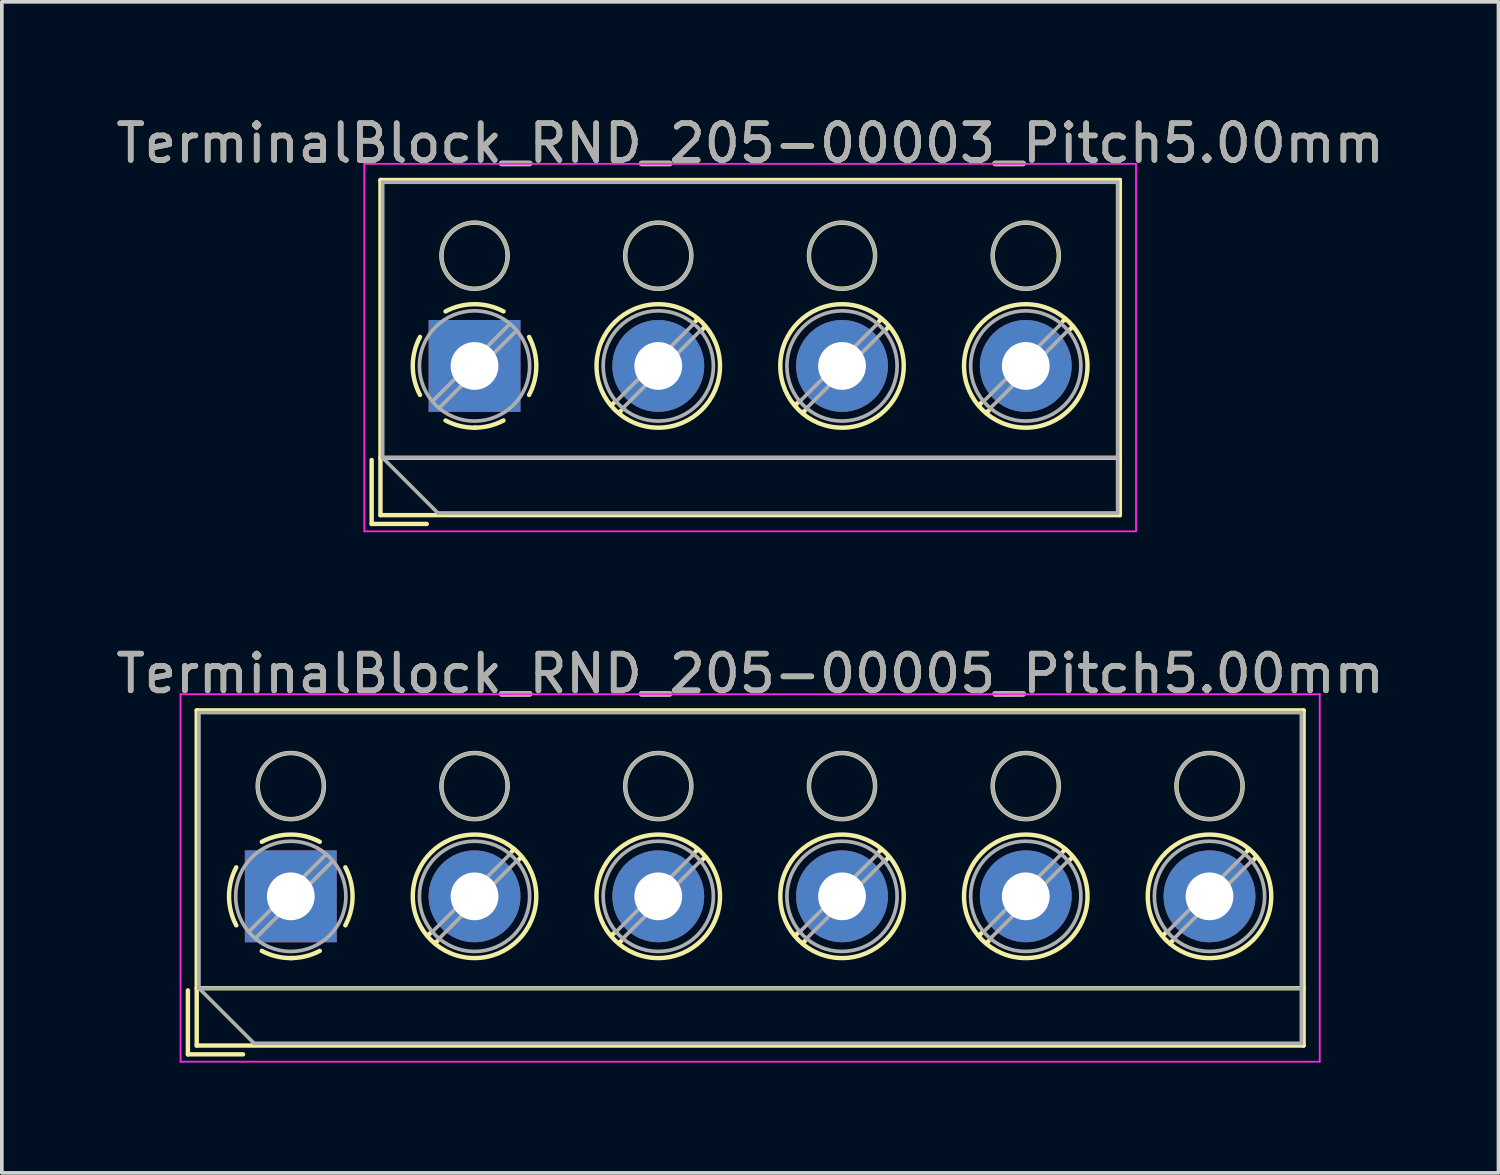
<source format=kicad_pcb>
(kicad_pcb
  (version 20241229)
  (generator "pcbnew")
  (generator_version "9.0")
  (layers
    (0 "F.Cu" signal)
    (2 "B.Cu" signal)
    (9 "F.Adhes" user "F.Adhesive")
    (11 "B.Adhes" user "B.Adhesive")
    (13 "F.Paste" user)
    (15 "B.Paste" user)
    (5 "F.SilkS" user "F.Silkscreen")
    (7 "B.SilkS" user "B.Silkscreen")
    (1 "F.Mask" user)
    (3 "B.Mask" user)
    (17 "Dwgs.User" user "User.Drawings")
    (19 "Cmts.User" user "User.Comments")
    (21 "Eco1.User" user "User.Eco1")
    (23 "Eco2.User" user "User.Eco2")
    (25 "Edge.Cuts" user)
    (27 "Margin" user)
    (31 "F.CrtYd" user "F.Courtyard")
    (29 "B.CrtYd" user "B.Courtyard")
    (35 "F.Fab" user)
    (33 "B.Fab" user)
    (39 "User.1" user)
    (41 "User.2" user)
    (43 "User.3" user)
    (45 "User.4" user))
  (footprint "TerminalBlock_RND_205-00003_Pitch5.00mm"
    (layer "F.Cu")
    (at 9.863 6.908)
    (property "Reference" "TerminalBlock_RND_205-00003_Pitch5.00mm" (at 7.5 -6.06 0) (layer "F.SilkS") (effects (font (size 1 1) (thickness 0.15))))
    (attr through_hole)
    (fp_line (start -2.8 2.56) (end -2.8 4.3) (stroke (width 0.12) (type solid)) (layer "F.SilkS"))
    (fp_line (start -2.8 4.3) (end -1.3 4.3) (stroke (width 0.12) (type solid)) (layer "F.SilkS"))
    (fp_line (start -2.56 -5.06) (end -2.56 4.06) (stroke (width 0.12) (type solid)) (layer "F.SilkS"))
    (fp_line (start -2.56 2.5) (end 17.56 2.5) (stroke (width 0.12) (type solid)) (layer "F.SilkS"))
    (fp_line (start -2.56 4.06) (end 17.56 4.06) (stroke (width 0.12) (type solid)) (layer "F.SilkS"))
    (fp_line (start 3.82 0.976) (end 3.726 1.069) (stroke (width 0.12) (type solid)) (layer "F.SilkS"))
    (fp_line (start 3.99 1.216) (end 3.931 1.274) (stroke (width 0.12) (type solid)) (layer "F.SilkS"))
    (fp_line (start 6.07 -1.275) (end 6.011 -1.216) (stroke (width 0.12) (type solid)) (layer "F.SilkS"))
    (fp_line (start 6.275 -1.069) (end 6.181 -0.976) (stroke (width 0.12) (type solid)) (layer "F.SilkS"))
    (fp_line (start 8.82 0.976) (end 8.726 1.069) (stroke (width 0.12) (type solid)) (layer "F.SilkS"))
    (fp_line (start 8.99 1.216) (end 8.931 1.274) (stroke (width 0.12) (type solid)) (layer "F.SilkS"))
    (fp_line (start 11.07 -1.275) (end 11.011 -1.216) (stroke (width 0.12) (type solid)) (layer "F.SilkS"))
    (fp_line (start 11.275 -1.069) (end 11.181 -0.976) (stroke (width 0.12) (type solid)) (layer "F.SilkS"))
    (fp_line (start 13.82 0.976) (end 13.726 1.069) (stroke (width 0.12) (type solid)) (layer "F.SilkS"))
    (fp_line (start 13.99 1.216) (end 13.931 1.274) (stroke (width 0.12) (type solid)) (layer "F.SilkS"))
    (fp_line (start 16.07 -1.275) (end 16.011 -1.216) (stroke (width 0.12) (type solid)) (layer "F.SilkS"))
    (fp_line (start 16.275 -1.069) (end 16.181 -0.976) (stroke (width 0.12) (type solid)) (layer "F.SilkS"))
    (fp_line (start 17.56 -5.06) (end -2.56 -5.06) (stroke (width 0.12) (type solid)) (layer "F.SilkS"))
    (fp_line (start 17.56 4.06) (end 17.56 -5.06) (stroke (width 0.12) (type solid)) (layer "F.SilkS"))
    (fp_arc (start -1.483953 0.789089) (mid -1.680708 0.00005) (end -1.484 -0.789) (stroke (width 0.12) (type solid)) (layer "F.SilkS"))
    (fp_arc (start -0.789089 -1.483953) (mid -0.00005 -1.680708) (end 0.789 -1.484) (stroke (width 0.12) (type solid)) (layer "F.SilkS"))
    (fp_arc (start 0.029383 1.68045) (mid -0.392304 1.634281) (end -0.789 1.484) (stroke (width 0.12) (type solid)) (layer "F.SilkS"))
    (fp_arc (start 0.788712 1.483352) (mid 0.406429 1.630097) (end 0 1.68) (stroke (width 0.12) (type solid)) (layer "F.SilkS"))
    (fp_arc (start 1.483953 -0.789089) (mid 1.680708 -0.00005) (end 1.484 0.789) (stroke (width 0.12) (type solid)) (layer "F.SilkS"))
    (fp_circle (center 0 -3) (end 0.9 -3) (stroke (width 0.12) (type solid)) (fill no) (layer "F.SilkS"))
    (fp_circle (center 5 -3) (end 5.9 -3) (stroke (width 0.12) (type solid)) (fill no) (layer "F.SilkS"))
    (fp_circle (center 5 0) (end 6.68 0) (stroke (width 0.12) (type solid)) (fill no) (layer "F.SilkS"))
    (fp_circle (center 10 -3) (end 10.9 -3) (stroke (width 0.12) (type solid)) (fill no) (layer "F.SilkS"))
    (fp_circle (center 10 0) (end 11.68 0) (stroke (width 0.12) (type solid)) (fill no) (layer "F.SilkS"))
    (fp_circle (center 15 -3) (end 15.9 -3) (stroke (width 0.12) (type solid)) (fill no) (layer "F.SilkS"))
    (fp_circle (center 15 0) (end 16.68 0) (stroke (width 0.12) (type solid)) (fill no) (layer "F.SilkS"))
    (fp_line (start -3 -5.5) (end -3 4.5) (stroke (width 0.05) (type solid)) (layer "F.CrtYd"))
    (fp_line (start -3 4.5) (end 18 4.5) (stroke (width 0.05) (type solid)) (layer "F.CrtYd"))
    (fp_line (start 18 -5.5) (end -3 -5.5) (stroke (width 0.05) (type solid)) (layer "F.CrtYd"))
    (fp_line (start 18 4.5) (end 18 -5.5) (stroke (width 0.05) (type solid)) (layer "F.CrtYd"))
    (fp_line (start -2.5 -5) (end 17.5 -5) (stroke (width 0.1) (type solid)) (layer "F.Fab"))
    (fp_line (start -2.5 2.5) (end -2.5 -5) (stroke (width 0.1) (type solid)) (layer "F.Fab"))
    (fp_line (start -2.5 2.5) (end 17.5 2.5) (stroke (width 0.1) (type solid)) (layer "F.Fab"))
    (fp_line (start -1 4) (end -2.5 2.5) (stroke (width 0.1) (type solid)) (layer "F.Fab"))
    (fp_line (start 0.955 -1.138) (end -1.138 0.955) (stroke (width 0.1) (type solid)) (layer "F.Fab"))
    (fp_line (start 1.138 -0.955) (end -0.955 1.138) (stroke (width 0.1) (type solid)) (layer "F.Fab"))
    (fp_line (start 5.955 -1.138) (end 3.863 0.955) (stroke (width 0.1) (type solid)) (layer "F.Fab"))
    (fp_line (start 6.138 -0.955) (end 4.046 1.138) (stroke (width 0.1) (type solid)) (layer "F.Fab"))
    (fp_line (start 10.955 -1.138) (end 8.863 0.955) (stroke (width 0.1) (type solid)) (layer "F.Fab"))
    (fp_line (start 11.138 -0.955) (end 9.046 1.138) (stroke (width 0.1) (type solid)) (layer "F.Fab"))
    (fp_line (start 15.955 -1.138) (end 13.863 0.955) (stroke (width 0.1) (type solid)) (layer "F.Fab"))
    (fp_line (start 16.138 -0.955) (end 14.046 1.138) (stroke (width 0.1) (type solid)) (layer "F.Fab"))
    (fp_line (start 17.5 -5) (end 17.5 4) (stroke (width 0.1) (type solid)) (layer "F.Fab"))
    (fp_line (start 17.5 4) (end -1 4) (stroke (width 0.1) (type solid)) (layer "F.Fab"))
    (fp_circle (center 0 -3) (end 0.9 -3) (stroke (width 0.1) (type solid)) (fill no) (layer "F.Fab"))
    (fp_circle (center 0 0) (end 1.5 0) (stroke (width 0.1) (type solid)) (fill no) (layer "F.Fab"))
    (fp_circle (center 5 -3) (end 5.9 -3) (stroke (width 0.1) (type solid)) (fill no) (layer "F.Fab"))
    (fp_circle (center 5 0) (end 6.5 0) (stroke (width 0.1) (type solid)) (fill no) (layer "F.Fab"))
    (fp_circle (center 10 -3) (end 10.9 -3) (stroke (width 0.1) (type solid)) (fill no) (layer "F.Fab"))
    (fp_circle (center 10 0) (end 11.5 0) (stroke (width 0.1) (type solid)) (fill no) (layer "F.Fab"))
    (fp_circle (center 15 -3) (end 15.9 -3) (stroke (width 0.1) (type solid)) (fill no) (layer "F.Fab"))
    (fp_circle (center 15 0) (end 16.5 0) (stroke (width 0.1) (type solid)) (fill no) (layer "F.Fab"))
    (fp_text user "${REFERENCE}" (at 7.5 -6.06 0) (layer "F.Fab") (effects (font (size 1 1) (thickness 0.15))))
    (pad "1" thru_hole rect (at 0 0) (size 2.5 2.5) (drill 1.3) (layers "*.Cu" "*.Mask"))
    (pad "2" thru_hole circle (at 5 0) (size 2.5 2.5) (drill 1.3) (layers "*.Cu" "*.Mask"))
    (pad "3" thru_hole circle (at 10 0) (size 2.5 2.5) (drill 1.3) (layers "*.Cu" "*.Mask"))
    (pad "4" thru_hole circle (at 15 0) (size 2.5 2.5) (drill 1.3) (layers "*.Cu" "*.Mask")))
  (footprint "TerminalBlock_RND_205-00005_Pitch5.00mm"
    (layer "F.Cu")
    (at 4.863 21.341)
    (property "Reference" "TerminalBlock_RND_205-00005_Pitch5.00mm" (at 12.5 -6.06 0) (layer "F.SilkS") (effects (font (size 1 1) (thickness 0.15))))
    (attr through_hole)
    (fp_line (start -2.8 2.56) (end -2.8 4.3) (stroke (width 0.12) (type solid)) (layer "F.SilkS"))
    (fp_line (start -2.8 4.3) (end -1.3 4.3) (stroke (width 0.12) (type solid)) (layer "F.SilkS"))
    (fp_line (start -2.56 -5.06) (end -2.56 4.06) (stroke (width 0.12) (type solid)) (layer "F.SilkS"))
    (fp_line (start -2.56 2.5) (end 27.56 2.5) (stroke (width 0.12) (type solid)) (layer "F.SilkS"))
    (fp_line (start -2.56 4.06) (end 27.56 4.06) (stroke (width 0.12) (type solid)) (layer "F.SilkS"))
    (fp_line (start 3.82 0.976) (end 3.726 1.069) (stroke (width 0.12) (type solid)) (layer "F.SilkS"))
    (fp_line (start 3.99 1.216) (end 3.931 1.274) (stroke (width 0.12) (type solid)) (layer "F.SilkS"))
    (fp_line (start 6.07 -1.275) (end 6.011 -1.216) (stroke (width 0.12) (type solid)) (layer "F.SilkS"))
    (fp_line (start 6.275 -1.069) (end 6.181 -0.976) (stroke (width 0.12) (type solid)) (layer "F.SilkS"))
    (fp_line (start 8.82 0.976) (end 8.726 1.069) (stroke (width 0.12) (type solid)) (layer "F.SilkS"))
    (fp_line (start 8.99 1.216) (end 8.931 1.274) (stroke (width 0.12) (type solid)) (layer "F.SilkS"))
    (fp_line (start 11.07 -1.275) (end 11.011 -1.216) (stroke (width 0.12) (type solid)) (layer "F.SilkS"))
    (fp_line (start 11.275 -1.069) (end 11.181 -0.976) (stroke (width 0.12) (type solid)) (layer "F.SilkS"))
    (fp_line (start 13.82 0.976) (end 13.726 1.069) (stroke (width 0.12) (type solid)) (layer "F.SilkS"))
    (fp_line (start 13.99 1.216) (end 13.931 1.274) (stroke (width 0.12) (type solid)) (layer "F.SilkS"))
    (fp_line (start 16.07 -1.275) (end 16.011 -1.216) (stroke (width 0.12) (type solid)) (layer "F.SilkS"))
    (fp_line (start 16.275 -1.069) (end 16.181 -0.976) (stroke (width 0.12) (type solid)) (layer "F.SilkS"))
    (fp_line (start 18.82 0.976) (end 18.726 1.069) (stroke (width 0.12) (type solid)) (layer "F.SilkS"))
    (fp_line (start 18.99 1.216) (end 18.931 1.274) (stroke (width 0.12) (type solid)) (layer "F.SilkS"))
    (fp_line (start 21.07 -1.275) (end 21.011 -1.216) (stroke (width 0.12) (type solid)) (layer "F.SilkS"))
    (fp_line (start 21.275 -1.069) (end 21.181 -0.976) (stroke (width 0.12) (type solid)) (layer "F.SilkS"))
    (fp_line (start 23.82 0.976) (end 23.726 1.069) (stroke (width 0.12) (type solid)) (layer "F.SilkS"))
    (fp_line (start 23.99 1.216) (end 23.931 1.274) (stroke (width 0.12) (type solid)) (layer "F.SilkS"))
    (fp_line (start 26.07 -1.275) (end 26.011 -1.216) (stroke (width 0.12) (type solid)) (layer "F.SilkS"))
    (fp_line (start 26.275 -1.069) (end 26.181 -0.976) (stroke (width 0.12) (type solid)) (layer "F.SilkS"))
    (fp_line (start 27.56 -5.06) (end -2.56 -5.06) (stroke (width 0.12) (type solid)) (layer "F.SilkS"))
    (fp_line (start 27.56 4.06) (end 27.56 -5.06) (stroke (width 0.12) (type solid)) (layer "F.SilkS"))
    (fp_arc (start -1.483953 0.789089) (mid -1.680708 0.00005) (end -1.484 -0.789) (stroke (width 0.12) (type solid)) (layer "F.SilkS"))
    (fp_arc (start -0.789089 -1.483953) (mid -0.00005 -1.680708) (end 0.789 -1.484) (stroke (width 0.12) (type solid)) (layer "F.SilkS"))
    (fp_arc (start 0.029383 1.68045) (mid -0.392304 1.634281) (end -0.789 1.484) (stroke (width 0.12) (type solid)) (layer "F.SilkS"))
    (fp_arc (start 0.788712 1.483352) (mid 0.406429 1.630097) (end 0 1.68) (stroke (width 0.12) (type solid)) (layer "F.SilkS"))
    (fp_arc (start 1.483953 -0.789089) (mid 1.680708 -0.00005) (end 1.484 0.789) (stroke (width 0.12) (type solid)) (layer "F.SilkS"))
    (fp_circle (center 0 -3) (end 0.9 -3) (stroke (width 0.12) (type solid)) (fill no) (layer "F.SilkS"))
    (fp_circle (center 5 -3) (end 5.9 -3) (stroke (width 0.12) (type solid)) (fill no) (layer "F.SilkS"))
    (fp_circle (center 5 0) (end 6.68 0) (stroke (width 0.12) (type solid)) (fill no) (layer "F.SilkS"))
    (fp_circle (center 10 -3) (end 10.9 -3) (stroke (width 0.12) (type solid)) (fill no) (layer "F.SilkS"))
    (fp_circle (center 10 0) (end 11.68 0) (stroke (width 0.12) (type solid)) (fill no) (layer "F.SilkS"))
    (fp_circle (center 15 -3) (end 15.9 -3) (stroke (width 0.12) (type solid)) (fill no) (layer "F.SilkS"))
    (fp_circle (center 15 0) (end 16.68 0) (stroke (width 0.12) (type solid)) (fill no) (layer "F.SilkS"))
    (fp_circle (center 20 -3) (end 20.9 -3) (stroke (width 0.12) (type solid)) (fill no) (layer "F.SilkS"))
    (fp_circle (center 20 0) (end 21.68 0) (stroke (width 0.12) (type solid)) (fill no) (layer "F.SilkS"))
    (fp_circle (center 25 -3) (end 25.9 -3) (stroke (width 0.12) (type solid)) (fill no) (layer "F.SilkS"))
    (fp_circle (center 25 0) (end 26.68 0) (stroke (width 0.12) (type solid)) (fill no) (layer "F.SilkS"))
    (fp_line (start -3 -5.5) (end -3 4.5) (stroke (width 0.05) (type solid)) (layer "F.CrtYd"))
    (fp_line (start -3 4.5) (end 28 4.5) (stroke (width 0.05) (type solid)) (layer "F.CrtYd"))
    (fp_line (start 28 -5.5) (end -3 -5.5) (stroke (width 0.05) (type solid)) (layer "F.CrtYd"))
    (fp_line (start 28 4.5) (end 28 -5.5) (stroke (width 0.05) (type solid)) (layer "F.CrtYd"))
    (fp_line (start -2.5 -5) (end 27.5 -5) (stroke (width 0.1) (type solid)) (layer "F.Fab"))
    (fp_line (start -2.5 2.5) (end -2.5 -5) (stroke (width 0.1) (type solid)) (layer "F.Fab"))
    (fp_line (start -2.5 2.5) (end 27.5 2.5) (stroke (width 0.1) (type solid)) (layer "F.Fab"))
    (fp_line (start -1 4) (end -2.5 2.5) (stroke (width 0.1) (type solid)) (layer "F.Fab"))
    (fp_line (start 0.955 -1.138) (end -1.138 0.955) (stroke (width 0.1) (type solid)) (layer "F.Fab"))
    (fp_line (start 1.138 -0.955) (end -0.955 1.138) (stroke (width 0.1) (type solid)) (layer "F.Fab"))
    (fp_line (start 5.955 -1.138) (end 3.863 0.955) (stroke (width 0.1) (type solid)) (layer "F.Fab"))
    (fp_line (start 6.138 -0.955) (end 4.046 1.138) (stroke (width 0.1) (type solid)) (layer "F.Fab"))
    (fp_line (start 10.955 -1.138) (end 8.863 0.955) (stroke (width 0.1) (type solid)) (layer "F.Fab"))
    (fp_line (start 11.138 -0.955) (end 9.046 1.138) (stroke (width 0.1) (type solid)) (layer "F.Fab"))
    (fp_line (start 15.955 -1.138) (end 13.863 0.955) (stroke (width 0.1) (type solid)) (layer "F.Fab"))
    (fp_line (start 16.138 -0.955) (end 14.046 1.138) (stroke (width 0.1) (type solid)) (layer "F.Fab"))
    (fp_line (start 20.955 -1.138) (end 18.863 0.955) (stroke (width 0.1) (type solid)) (layer "F.Fab"))
    (fp_line (start 21.138 -0.955) (end 19.046 1.138) (stroke (width 0.1) (type solid)) (layer "F.Fab"))
    (fp_line (start 25.955 -1.138) (end 23.863 0.955) (stroke (width 0.1) (type solid)) (layer "F.Fab"))
    (fp_line (start 26.138 -0.955) (end 24.046 1.138) (stroke (width 0.1) (type solid)) (layer "F.Fab"))
    (fp_line (start 27.5 -5) (end 27.5 4) (stroke (width 0.1) (type solid)) (layer "F.Fab"))
    (fp_line (start 27.5 4) (end -1 4) (stroke (width 0.1) (type solid)) (layer "F.Fab"))
    (fp_circle (center 0 -3) (end 0.9 -3) (stroke (width 0.1) (type solid)) (fill no) (layer "F.Fab"))
    (fp_circle (center 0 0) (end 1.5 0) (stroke (width 0.1) (type solid)) (fill no) (layer "F.Fab"))
    (fp_circle (center 5 -3) (end 5.9 -3) (stroke (width 0.1) (type solid)) (fill no) (layer "F.Fab"))
    (fp_circle (center 5 0) (end 6.5 0) (stroke (width 0.1) (type solid)) (fill no) (layer "F.Fab"))
    (fp_circle (center 10 -3) (end 10.9 -3) (stroke (width 0.1) (type solid)) (fill no) (layer "F.Fab"))
    (fp_circle (center 10 0) (end 11.5 0) (stroke (width 0.1) (type solid)) (fill no) (layer "F.Fab"))
    (fp_circle (center 15 -3) (end 15.9 -3) (stroke (width 0.1) (type solid)) (fill no) (layer "F.Fab"))
    (fp_circle (center 15 0) (end 16.5 0) (stroke (width 0.1) (type solid)) (fill no) (layer "F.Fab"))
    (fp_circle (center 20 -3) (end 20.9 -3) (stroke (width 0.1) (type solid)) (fill no) (layer "F.Fab"))
    (fp_circle (center 20 0) (end 21.5 0) (stroke (width 0.1) (type solid)) (fill no) (layer "F.Fab"))
    (fp_circle (center 25 -3) (end 25.9 -3) (stroke (width 0.1) (type solid)) (fill no) (layer "F.Fab"))
    (fp_circle (center 25 0) (end 26.5 0) (stroke (width 0.1) (type solid)) (fill no) (layer "F.Fab"))
    (fp_text user "${REFERENCE}" (at 12.5 -6.06 0) (layer "F.Fab") (effects (font (size 1 1) (thickness 0.15))))
    (pad "1" thru_hole rect (at 0 0) (size 2.5 2.5) (drill 1.3) (layers "*.Cu" "*.Mask"))
    (pad "2" thru_hole circle (at 5 0) (size 2.5 2.5) (drill 1.3) (layers "*.Cu" "*.Mask"))
    (pad "3" thru_hole circle (at 10 0) (size 2.5 2.5) (drill 1.3) (layers "*.Cu" "*.Mask"))
    (pad "4" thru_hole circle (at 15 0) (size 2.5 2.5) (drill 1.3) (layers "*.Cu" "*.Mask"))
    (pad "5" thru_hole circle (at 20 0) (size 2.5 2.5) (drill 1.3) (layers "*.Cu" "*.Mask"))
    (pad "6" thru_hole circle (at 25 0) (size 2.5 2.5) (drill 1.3) (layers "*.Cu" "*.Mask")))
  (gr_rect
    (start -3 -3)
    (end 37.726 28.866)
    (stroke (width 0.1) (type default))
    (fill no)
    (layer "Edge.Cuts")))
</source>
